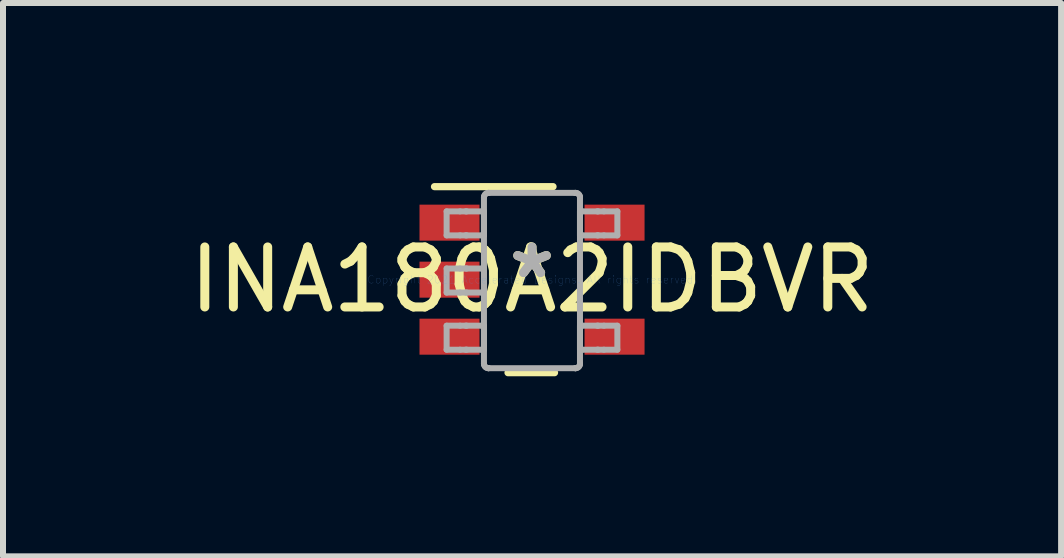
<source format=kicad_pcb>
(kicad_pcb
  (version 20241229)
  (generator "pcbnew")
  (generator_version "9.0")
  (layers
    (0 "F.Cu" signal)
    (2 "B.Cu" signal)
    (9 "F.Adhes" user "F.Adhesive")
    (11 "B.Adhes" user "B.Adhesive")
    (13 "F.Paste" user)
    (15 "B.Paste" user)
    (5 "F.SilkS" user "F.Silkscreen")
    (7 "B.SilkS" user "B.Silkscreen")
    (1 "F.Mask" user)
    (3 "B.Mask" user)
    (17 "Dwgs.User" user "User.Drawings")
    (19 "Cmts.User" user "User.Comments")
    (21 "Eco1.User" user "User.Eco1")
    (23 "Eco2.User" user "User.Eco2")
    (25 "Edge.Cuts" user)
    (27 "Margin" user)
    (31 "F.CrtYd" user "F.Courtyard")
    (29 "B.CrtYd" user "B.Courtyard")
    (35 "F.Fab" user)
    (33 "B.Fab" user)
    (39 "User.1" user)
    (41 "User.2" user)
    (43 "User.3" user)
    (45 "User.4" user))
  (footprint "INA180A2IDBVR"
    (layer "F.Cu")
    (at 5.815 1.61)
    (property "Reference" "INA180A2IDBVR" (at 0 0 0) (layer "F.SilkS") (effects (font (size 1 1) (thickness 0.15))))
    (attr through_hole)
    (fp_line (start -1.625 -1.55) (end 0.35 -1.55) (stroke (width 0.12) (type solid)) (layer "F.SilkS"))
    (fp_line (start -0.4 1.55) (end 0.375 1.55) (stroke (width 0.12) (type solid)) (layer "F.SilkS"))
    (fp_line (start -1.423 -1.138) (end -1.199 -1.138) (stroke (width 0.1) (type solid)) (layer "F.Fab"))
    (fp_line (start -1.423 -0.738) (end -1.423 -1.138) (stroke (width 0.1) (type solid)) (layer "F.Fab"))
    (fp_line (start -1.423 -0.738) (end -1.199 -0.738) (stroke (width 0.1) (type solid)) (layer "F.Fab"))
    (fp_line (start -1.423 -0.186) (end -1.199 -0.186) (stroke (width 0.1) (type solid)) (layer "F.Fab"))
    (fp_line (start -1.423 0.215) (end -1.423 -0.186) (stroke (width 0.1) (type solid)) (layer "F.Fab"))
    (fp_line (start -1.423 0.215) (end -1.199 0.215) (stroke (width 0.1) (type solid)) (layer "F.Fab"))
    (fp_line (start -1.423 0.767) (end -1.199 0.767) (stroke (width 0.1) (type solid)) (layer "F.Fab"))
    (fp_line (start -1.423 1.167) (end -1.423 0.767) (stroke (width 0.1) (type solid)) (layer "F.Fab"))
    (fp_line (start -1.423 1.167) (end -1.199 1.167) (stroke (width 0.1) (type solid)) (layer "F.Fab"))
    (fp_line (start -1.199 -1.138) (end -1.105 -1.138) (stroke (width 0.1) (type solid)) (layer "F.Fab"))
    (fp_line (start -1.199 -0.738) (end -1.105 -0.738) (stroke (width 0.1) (type solid)) (layer "F.Fab"))
    (fp_line (start -1.199 -0.186) (end -1.105 -0.186) (stroke (width 0.1) (type solid)) (layer "F.Fab"))
    (fp_line (start -1.199 0.215) (end -1.105 0.215) (stroke (width 0.1) (type solid)) (layer "F.Fab"))
    (fp_line (start -1.199 0.767) (end -1.105 0.767) (stroke (width 0.1) (type solid)) (layer "F.Fab"))
    (fp_line (start -1.199 1.167) (end -1.105 1.167) (stroke (width 0.1) (type solid)) (layer "F.Fab"))
    (fp_line (start -1.105 -1.138) (end -1.088 -1.138) (stroke (width 0.1) (type solid)) (layer "F.Fab"))
    (fp_line (start -1.105 -0.738) (end -1.088 -0.738) (stroke (width 0.1) (type solid)) (layer "F.Fab"))
    (fp_line (start -1.105 -0.186) (end -1.088 -0.186) (stroke (width 0.1) (type solid)) (layer "F.Fab"))
    (fp_line (start -1.105 0.215) (end -1.088 0.215) (stroke (width 0.1) (type solid)) (layer "F.Fab"))
    (fp_line (start -1.105 0.767) (end -1.088 0.767) (stroke (width 0.1) (type solid)) (layer "F.Fab"))
    (fp_line (start -1.105 1.167) (end -1.088 1.167) (stroke (width 0.1) (type solid)) (layer "F.Fab"))
    (fp_line (start -1.088 -1.138) (end -0.835 -1.138) (stroke (width 0.1) (type solid)) (layer "F.Fab"))
    (fp_line (start -1.088 -0.738) (end -0.835 -0.738) (stroke (width 0.1) (type solid)) (layer "F.Fab"))
    (fp_line (start -1.088 -0.186) (end -0.835 -0.186) (stroke (width 0.1) (type solid)) (layer "F.Fab"))
    (fp_line (start -1.088 0.215) (end -0.835 0.215) (stroke (width 0.1) (type solid)) (layer "F.Fab"))
    (fp_line (start -1.088 0.767) (end -0.835 0.767) (stroke (width 0.1) (type solid)) (layer "F.Fab"))
    (fp_line (start -1.088 1.167) (end -0.835 1.167) (stroke (width 0.1) (type solid)) (layer "F.Fab"))
    (fp_line (start -0.835 -1.138) (end -0.801 -1.138) (stroke (width 0.1) (type solid)) (layer "F.Fab"))
    (fp_line (start -0.835 -0.738) (end -0.801 -0.738) (stroke (width 0.1) (type solid)) (layer "F.Fab"))
    (fp_line (start -0.835 -0.186) (end -0.801 -0.186) (stroke (width 0.1) (type solid)) (layer "F.Fab"))
    (fp_line (start -0.835 0.215) (end -0.801 0.215) (stroke (width 0.1) (type solid)) (layer "F.Fab"))
    (fp_line (start -0.835 0.767) (end -0.801 0.767) (stroke (width 0.1) (type solid)) (layer "F.Fab"))
    (fp_line (start -0.835 1.167) (end -0.801 1.167) (stroke (width 0.1) (type solid)) (layer "F.Fab"))
    (fp_line (start -0.801 -1.37) (end -0.801 -1.371) (stroke (width 0.1) (type solid)) (layer "F.Fab"))
    (fp_line (start -0.801 -0.738) (end -0.801 -1.138) (stroke (width 0.1) (type solid)) (layer "F.Fab"))
    (fp_line (start -0.801 0.215) (end -0.801 -0.186) (stroke (width 0.1) (type solid)) (layer "F.Fab"))
    (fp_line (start -0.801 1.167) (end -0.801 0.767) (stroke (width 0.1) (type solid)) (layer "F.Fab"))
    (fp_line (start -0.801 1.399) (end -0.801 -1.37) (stroke (width 0.1) (type solid)) (layer "F.Fab"))
    (fp_line (start -0.801 1.4) (end -0.801 1.399) (stroke (width 0.1) (type solid)) (layer "F.Fab"))
    (fp_line (start -0.725 -1.446) (end -0.725 -1.446) (stroke (width 0.1) (type solid)) (layer "F.Fab"))
    (fp_line (start -0.725 1.475) (end -0.725 1.475) (stroke (width 0.1) (type solid)) (layer "F.Fab"))
    (fp_line (start -0.725 -1.446) (end 0.723 -1.446) (stroke (width 0.1) (type solid)) (layer "F.Fab"))
    (fp_line (start -0.725 1.475) (end 0.723 1.475) (stroke (width 0.1) (type solid)) (layer "F.Fab"))
    (fp_line (start 0.723 -1.446) (end 0.724 -1.446) (stroke (width 0.1) (type solid)) (layer "F.Fab"))
    (fp_line (start 0.723 1.475) (end 0.724 1.475) (stroke (width 0.1) (type solid)) (layer "F.Fab"))
    (fp_line (start 0.799 -1.37) (end 0.799 -1.371) (stroke (width 0.1) (type solid)) (layer "F.Fab"))
    (fp_line (start 0.799 -1.138) (end 0.834 -1.138) (stroke (width 0.1) (type solid)) (layer "F.Fab"))
    (fp_line (start 0.799 -0.738) (end 0.799 -1.138) (stroke (width 0.1) (type solid)) (layer "F.Fab"))
    (fp_line (start 0.799 -0.738) (end 0.834 -0.738) (stroke (width 0.1) (type solid)) (layer "F.Fab"))
    (fp_line (start 0.799 0.767) (end 0.834 0.767) (stroke (width 0.1) (type solid)) (layer "F.Fab"))
    (fp_line (start 0.799 1.167) (end 0.799 0.767) (stroke (width 0.1) (type solid)) (layer "F.Fab"))
    (fp_line (start 0.799 1.167) (end 0.834 1.167) (stroke (width 0.1) (type solid)) (layer "F.Fab"))
    (fp_line (start 0.799 1.399) (end 0.799 -1.37) (stroke (width 0.1) (type solid)) (layer "F.Fab"))
    (fp_line (start 0.799 1.4) (end 0.799 1.399) (stroke (width 0.1) (type solid)) (layer "F.Fab"))
    (fp_line (start 0.834 -1.138) (end 1.087 -1.138) (stroke (width 0.1) (type solid)) (layer "F.Fab"))
    (fp_line (start 0.834 -0.738) (end 1.087 -0.738) (stroke (width 0.1) (type solid)) (layer "F.Fab"))
    (fp_line (start 0.834 0.767) (end 1.087 0.767) (stroke (width 0.1) (type solid)) (layer "F.Fab"))
    (fp_line (start 0.834 1.167) (end 1.087 1.167) (stroke (width 0.1) (type solid)) (layer "F.Fab"))
    (fp_line (start 1.087 -1.138) (end 1.103 -1.138) (stroke (width 0.1) (type solid)) (layer "F.Fab"))
    (fp_line (start 1.087 -0.738) (end 1.103 -0.738) (stroke (width 0.1) (type solid)) (layer "F.Fab"))
    (fp_line (start 1.087 0.767) (end 1.103 0.767) (stroke (width 0.1) (type solid)) (layer "F.Fab"))
    (fp_line (start 1.087 1.167) (end 1.103 1.167) (stroke (width 0.1) (type solid)) (layer "F.Fab"))
    (fp_line (start 1.103 -1.138) (end 1.198 -1.138) (stroke (width 0.1) (type solid)) (layer "F.Fab"))
    (fp_line (start 1.103 -0.738) (end 1.198 -0.738) (stroke (width 0.1) (type solid)) (layer "F.Fab"))
    (fp_line (start 1.103 0.767) (end 1.198 0.767) (stroke (width 0.1) (type solid)) (layer "F.Fab"))
    (fp_line (start 1.103 1.167) (end 1.198 1.167) (stroke (width 0.1) (type solid)) (layer "F.Fab"))
    (fp_line (start 1.198 -1.138) (end 1.422 -1.138) (stroke (width 0.1) (type solid)) (layer "F.Fab"))
    (fp_line (start 1.198 -0.738) (end 1.422 -0.738) (stroke (width 0.1) (type solid)) (layer "F.Fab"))
    (fp_line (start 1.198 0.767) (end 1.422 0.767) (stroke (width 0.1) (type solid)) (layer "F.Fab"))
    (fp_line (start 1.198 1.167) (end 1.422 1.167) (stroke (width 0.1) (type solid)) (layer "F.Fab"))
    (fp_line (start 1.422 -0.738) (end 1.422 -1.138) (stroke (width 0.1) (type solid)) (layer "F.Fab"))
    (fp_line (start 1.422 1.167) (end 1.422 0.767) (stroke (width 0.1) (type solid)) (layer "F.Fab"))
    (fp_arc (start -0.80074 -1.370841) (mid -0.778218 -1.423887) (end -0.724999 -1.445998) (stroke (width 0.1) (type solid)) (layer "F.Fab"))
    (fp_arc (start -0.80074 -1.370841) (mid -0.778218 -1.423887) (end -0.724999 -1.445998) (stroke (width 0.1) (type solid)) (layer "F.Fab"))
    (fp_arc (start -0.724999 1.474999) (mid -0.778213 1.452901) (end -0.80074 1.399867) (stroke (width 0.1) (type solid)) (layer "F.Fab"))
    (fp_arc (start -0.724999 1.474999) (mid -0.778213 1.452901) (end -0.80074 1.399867) (stroke (width 0.1) (type solid)) (layer "F.Fab"))
    (fp_arc (start 0.723715 -1.445998) (mid 0.776933 -1.423886) (end 0.799455 -1.37084) (stroke (width 0.1) (type solid)) (layer "F.Fab"))
    (fp_arc (start 0.723715 -1.445998) (mid 0.776933 -1.423886) (end 0.799455 -1.37084) (stroke (width 0.1) (type solid)) (layer "F.Fab"))
    (fp_arc (start 0.799456 1.399868) (mid 0.776928 1.452902) (end 0.723713 1.475) (stroke (width 0.1) (type solid)) (layer "F.Fab"))
    (fp_arc (start 0.799456 1.399868) (mid 0.776928 1.452902) (end 0.723713 1.475) (stroke (width 0.1) (type solid)) (layer "F.Fab"))
    (fp_text user "*" (at 0 0 0) (layer "F.SilkS") (effects (font (size 1 1) (thickness 0.15))))
    (fp_text user "Copyright 2021 Accelerated Designs. All rights reserved." (at 0 0 0) (layer "Cmts.User") (effects (font (size 0.127 0.127) (thickness 0.002))))
    (fp_text user "*" (at 0 0 0) (layer "F.Fab") (effects (font (size 1 1) (thickness 0.15))))
    (pad "1" smd rect (at -1.375 -0.95 90) (size 0.6 1) (layers "F.Cu" "F.Mask" "F.Paste"))
    (pad "2" smd rect (at -1.375 0 90) (size 0.6 1) (layers "F.Cu" "F.Mask" "F.Paste"))
    (pad "3" smd rect (at -1.375 0.95 90) (size 0.6 1) (layers "F.Cu" "F.Mask" "F.Paste"))
    (pad "4" smd rect (at 1.375 0.95 90) (size 0.6 1) (layers "F.Cu" "F.Mask" "F.Paste"))
    (pad "5" smd rect (at 1.375 -0.95 90) (size 0.6 1) (layers "F.Cu" "F.Mask" "F.Paste")))
  (gr_rect
    (start -3 -3)
    (end 14.631 6.22)
    (stroke (width 0.1) (type default))
    (fill no)
    (layer "Edge.Cuts")))
</source>
